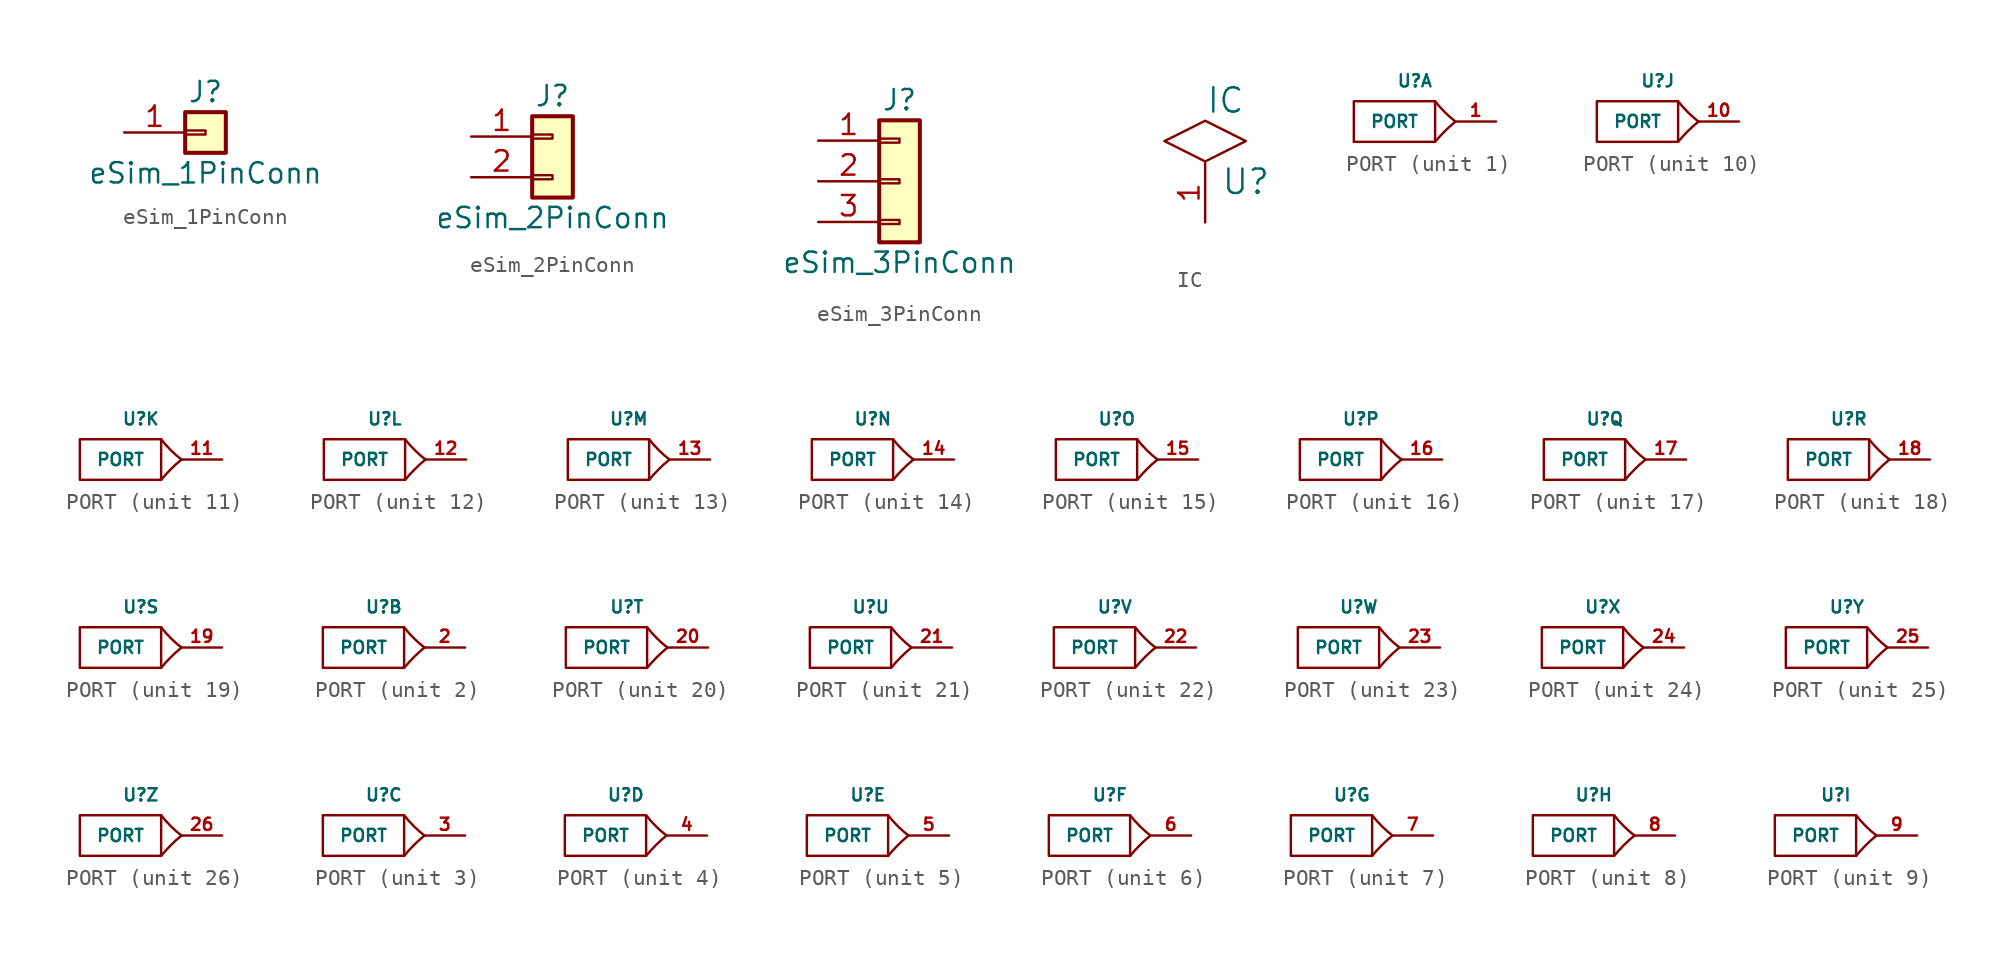
<source format=kicad_sym>
(kicad_symbol_lib
  (version 20211014)
  (generator kicad_symbol_editor)
  (symbol "eSim_1PinConn"
    (pin_names
      (offset 1.016) hide)
    (property "Reference" "J"
      (at 0 2.54 0)
      (effects (font (size 1.27 1.27))))
    (property "Value" "eSim_1PinConn"
      (at 0 -2.54 0)
      (effects (font (size 1.27 1.27))))
    (symbol "eSim_1PinConn_1_1"
      (rectangle (start -1.27 0.127) (end 0 -0.127) (stroke (width 0.152) (type default) (color 0 0 0 0)) (fill (type none)))
      (rectangle (start -1.27 1.27) (end 1.27 -1.27) (stroke (width 0.254) (type default) (color 0 0 0 0)) (fill (type background)))
      (pin passive line (at -5.08 0 0) (length 3.81) (name "Pin_1" (effects (font (size 1.27 1.27)))) (number "1" (effects (font (size 1.27 1.27)))))))
  (symbol "eSim_2PinConn"
    (pin_names
      (offset 1.016) hide)
    (property "Reference" "J"
      (at 0 2.54 0)
      (effects (font (size 1.27 1.27))))
    (property "Value" "eSim_2PinConn"
      (at 0 -5.08 0)
      (effects (font (size 1.27 1.27))))
    (symbol "eSim_2PinConn_1_1"
      (rectangle (start -1.27 -2.413) (end 0 -2.667) (stroke (width 0.152) (type default) (color 0 0 0 0)) (fill (type none)))
      (rectangle (start -1.27 0.127) (end 0 -0.127) (stroke (width 0.152) (type default) (color 0 0 0 0)) (fill (type none)))
      (rectangle (start -1.27 1.27) (end 1.27 -3.81) (stroke (width 0.254) (type default) (color 0 0 0 0)) (fill (type background)))
      (pin passive line (at -5.08 0 0) (length 3.81) (name "Pin_1" (effects (font (size 1.27 1.27)))) (number "1" (effects (font (size 1.27 1.27)))))
      (pin passive line (at -5.08 -2.54 0) (length 3.81) (name "Pin_2" (effects (font (size 1.27 1.27)))) (number "2" (effects (font (size 1.27 1.27)))))))
  (symbol "eSim_3PinConn"
    (pin_names
      (offset 1.016) hide)
    (property "Reference" "J"
      (at 0 5.08 0)
      (effects (font (size 1.27 1.27))))
    (property "Value" "eSim_3PinConn"
      (at 0 -5.08 0)
      (effects (font (size 1.27 1.27))))
    (symbol "eSim_3PinConn_1_1"
      (rectangle (start -1.27 -2.413) (end 0 -2.667) (stroke (width 0.152) (type default) (color 0 0 0 0)) (fill (type none)))
      (rectangle (start -1.27 0.127) (end 0 -0.127) (stroke (width 0.152) (type default) (color 0 0 0 0)) (fill (type none)))
      (rectangle (start -1.27 2.667) (end 0 2.413) (stroke (width 0.152) (type default) (color 0 0 0 0)) (fill (type none)))
      (rectangle (start -1.27 3.81) (end 1.27 -3.81) (stroke (width 0.254) (type default) (color 0 0 0 0)) (fill (type background)))
      (pin passive line (at -5.08 2.54 0) (length 3.81) (name "Pin_1" (effects (font (size 1.27 1.27)))) (number "1" (effects (font (size 1.27 1.27)))))
      (pin passive line (at -5.08 0 0) (length 3.81) (name "Pin_2" (effects (font (size 1.27 1.27)))) (number "2" (effects (font (size 1.27 1.27)))))
      (pin passive line (at -5.08 -2.54 0) (length 3.81) (name "Pin_3" (effects (font (size 1.27 1.27)))) (number "3" (effects (font (size 1.27 1.27)))))))
  (symbol "IC"
    (pin_names
      (offset 1.016))
    (property "Reference" "U"
      (at 7.62 3.81 0)
      (effects (font (size 1.524 1.524))))
    (property "Value" "IC"
      (at 6.35 8.89 0)
      (effects (font (size 1.524 1.524))))
    (property "Footprint" ""
      (at 0 0 0)
      (effects (font (size 1.524 1.524))))
    (property "Datasheet" ""
      (at 0 0 0)
      (effects (font (size 1.524 1.524))))
    (symbol "IC_0_1"
      (polyline (pts (xy 5.08 7.62) (xy 2.54 6.35) (xy 5.08 5.08) (xy 7.62 6.35) (xy 5.08 7.62)) (stroke (width 0) (type default) (color 0 0 0 0)) (fill (type none))))
    (symbol "IC_1_1"
      (pin input line (at 5.08 1.27 90) (length 3.708) (name "~" (effects (font (size 1.27 1.27)))) (number "1" (effects (font (size 1.27 1.27)))))))
  (symbol "PORT"
    (pin_names
      (offset 1.016))
    (property "Reference" "U"
      (at 1.27 2.54 0)
      (effects (font (size 0.762 0.762))))
    (property "Value" "PORT"
      (at 0 0 0)
      (effects (font (size 0.762 0.762))))
    (property "Footprint" ""
      (at 0 0 0)
      (effects (font (size 1.524 1.524))))
    (property "Datasheet" ""
      (at 0 0 0)
      (effects (font (size 1.524 1.524))))
    (symbol "PORT_0_1"
      (rectangle (start -2.54 1.27) (end 2.54 -1.27) (stroke (width 0) (type default) (color 0 0 0 0)) (fill (type none)))
      (arc (start 2.54 1.27) (mid 3.1355 0.5955) (end 3.81 0) (stroke (width 0) (type default) (color 0 0 0 0)) (fill (type none)))
      (arc (start 3.81 0) (mid 3.1447 -0.6046) (end 2.54 -1.27) (stroke (width 0) (type default) (color 0 0 0 0)) (fill (type none))))
    (symbol "PORT_1_1"
      (pin bidirectional line (at 6.35 0 180) (length 2.54) (name "~" (effects (font (size 0.762 0.762)))) (number "1" (effects (font (size 0.762 0.762))))))
    (symbol "PORT_2_1"
      (pin bidirectional line (at 6.35 0 180) (length 2.54) (name "~" (effects (font (size 0.762 0.762)))) (number "2" (effects (font (size 0.762 0.762))))))
    (symbol "PORT_3_1"
      (pin bidirectional line (at 6.35 0 180) (length 2.54) (name "~" (effects (font (size 0.762 0.762)))) (number "3" (effects (font (size 0.762 0.762))))))
    (symbol "PORT_4_1"
      (pin bidirectional line (at 6.35 0 180) (length 2.54) (name "~" (effects (font (size 0.762 0.762)))) (number "4" (effects (font (size 0.762 0.762))))))
    (symbol "PORT_5_1"
      (pin bidirectional line (at 6.35 0 180) (length 2.54) (name "~" (effects (font (size 0.762 0.762)))) (number "5" (effects (font (size 0.762 0.762))))))
    (symbol "PORT_6_1"
      (pin bidirectional line (at 6.35 0 180) (length 2.54) (name "~" (effects (font (size 0.762 0.762)))) (number "6" (effects (font (size 0.762 0.762))))))
    (symbol "PORT_7_1"
      (pin bidirectional line (at 6.35 0 180) (length 2.54) (name "~" (effects (font (size 0.762 0.762)))) (number "7" (effects (font (size 0.762 0.762))))))
    (symbol "PORT_8_1"
      (pin bidirectional line (at 6.35 0 180) (length 2.54) (name "~" (effects (font (size 0.762 0.762)))) (number "8" (effects (font (size 0.762 0.762))))))
    (symbol "PORT_9_1"
      (pin bidirectional line (at 6.35 0 180) (length 2.54) (name "~" (effects (font (size 0.762 0.762)))) (number "9" (effects (font (size 0.762 0.762))))))
    (symbol "PORT_10_1"
      (pin bidirectional line (at 6.35 0 180) (length 2.54) (name "~" (effects (font (size 0.762 0.762)))) (number "10" (effects (font (size 0.762 0.762))))))
    (symbol "PORT_11_1"
      (pin bidirectional line (at 6.35 0 180) (length 2.54) (name "~" (effects (font (size 0.762 0.762)))) (number "11" (effects (font (size 0.762 0.762))))))
    (symbol "PORT_12_1"
      (pin bidirectional line (at 6.35 0 180) (length 2.54) (name "~" (effects (font (size 0.762 0.762)))) (number "12" (effects (font (size 0.762 0.762))))))
    (symbol "PORT_13_1"
      (pin bidirectional line (at 6.35 0 180) (length 2.54) (name "~" (effects (font (size 0.762 0.762)))) (number "13" (effects (font (size 0.762 0.762))))))
    (symbol "PORT_14_1"
      (pin bidirectional line (at 6.35 0 180) (length 2.54) (name "~" (effects (font (size 0.762 0.762)))) (number "14" (effects (font (size 0.762 0.762))))))
    (symbol "PORT_15_1"
      (pin bidirectional line (at 6.35 0 180) (length 2.54) (name "~" (effects (font (size 0.762 0.762)))) (number "15" (effects (font (size 0.762 0.762))))))
    (symbol "PORT_16_1"
      (pin bidirectional line (at 6.35 0 180) (length 2.54) (name "~" (effects (font (size 0.762 0.762)))) (number "16" (effects (font (size 0.762 0.762))))))
    (symbol "PORT_17_1"
      (pin bidirectional line (at 6.35 0 180) (length 2.54) (name "~" (effects (font (size 0.762 0.762)))) (number "17" (effects (font (size 0.762 0.762))))))
    (symbol "PORT_18_1"
      (pin bidirectional line (at 6.35 0 180) (length 2.54) (name "~" (effects (font (size 0.762 0.762)))) (number "18" (effects (font (size 0.762 0.762))))))
    (symbol "PORT_19_1"
      (pin bidirectional line (at 6.35 0 180) (length 2.54) (name "~" (effects (font (size 0.762 0.762)))) (number "19" (effects (font (size 0.762 0.762))))))
    (symbol "PORT_20_1"
      (pin bidirectional line (at 6.35 0 180) (length 2.54) (name "~" (effects (font (size 0.762 0.762)))) (number "20" (effects (font (size 0.762 0.762))))))
    (symbol "PORT_21_1"
      (pin bidirectional line (at 6.35 0 180) (length 2.54) (name "~" (effects (font (size 0.762 0.762)))) (number "21" (effects (font (size 0.762 0.762))))))
    (symbol "PORT_22_1"
      (pin bidirectional line (at 6.35 0 180) (length 2.54) (name "~" (effects (font (size 0.762 0.762)))) (number "22" (effects (font (size 0.762 0.762))))))
    (symbol "PORT_23_1"
      (pin bidirectional line (at 6.35 0 180) (length 2.54) (name "~" (effects (font (size 0.762 0.762)))) (number "23" (effects (font (size 0.762 0.762))))))
    (symbol "PORT_24_1"
      (pin bidirectional line (at 6.35 0 180) (length 2.54) (name "~" (effects (font (size 0.762 0.762)))) (number "24" (effects (font (size 0.762 0.762))))))
    (symbol "PORT_25_1"
      (pin bidirectional line (at 6.35 0 180) (length 2.54) (name "~" (effects (font (size 0.762 0.762)))) (number "25" (effects (font (size 0.762 0.762))))))
    (symbol "PORT_26_1"
      (pin bidirectional line (at 6.35 0 180) (length 2.54) (name "~" (effects (font (size 0.762 0.762)))) (number "26" (effects (font (size 0.762 0.762))))))))
</source>
